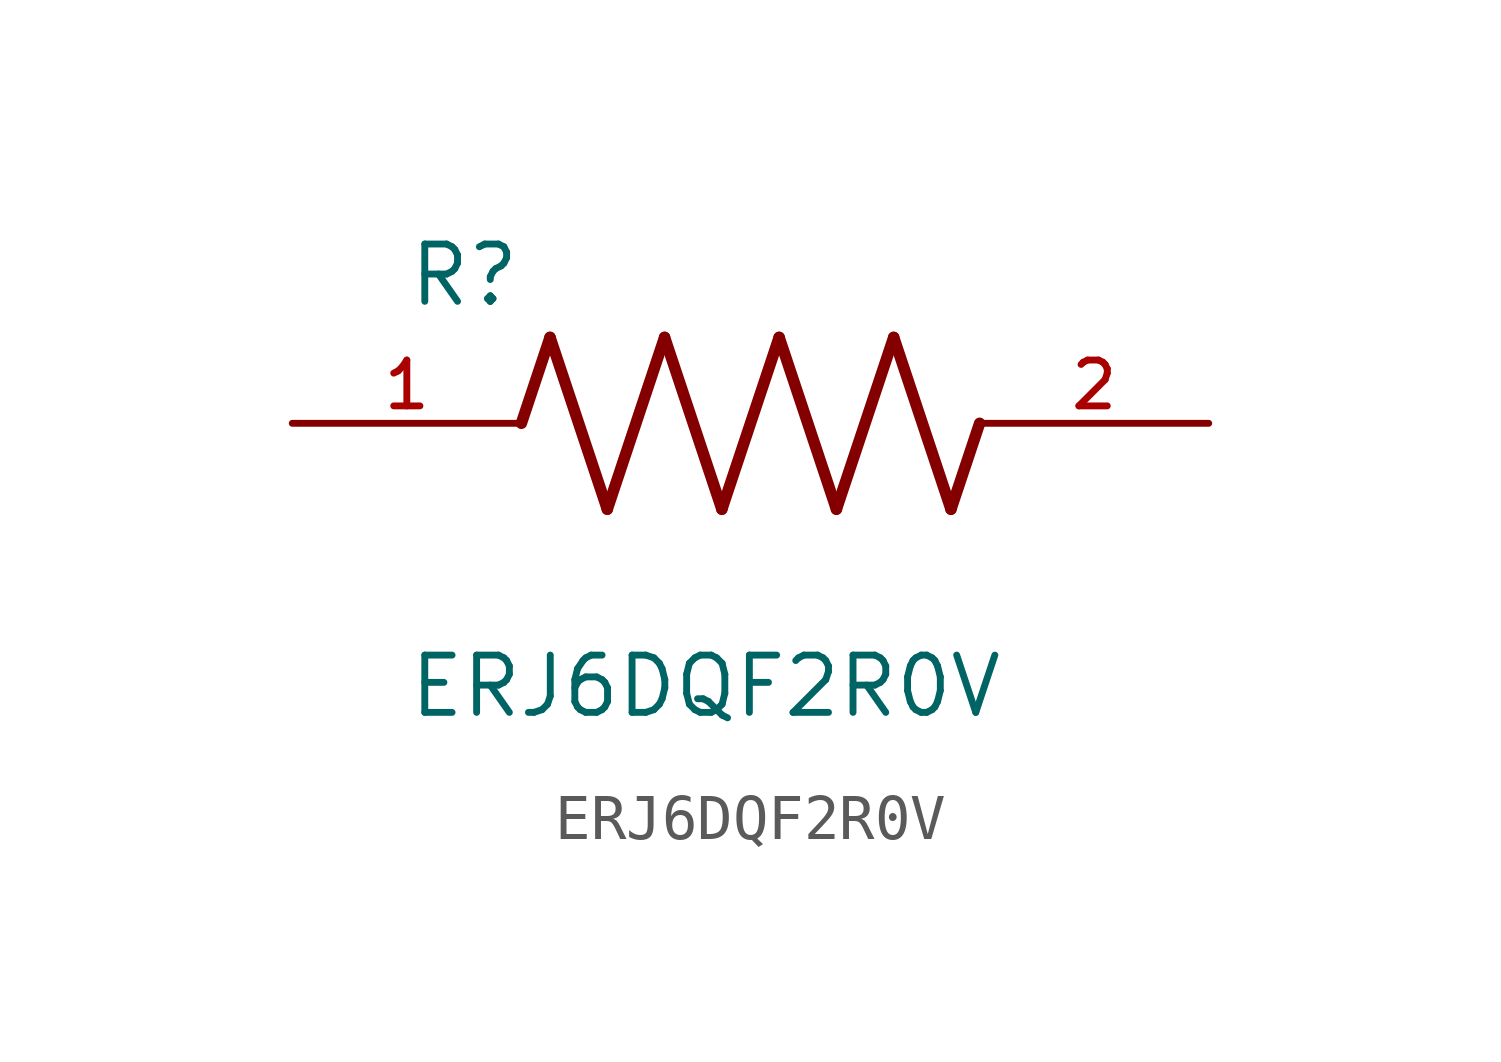
<source format=kicad_sym>
(kicad_symbol_lib
  (version 20211014)
  (generator kicad_symbol_editor)
  (symbol "ERJ6DQF2R0V"
    (pin_names
      (offset 1.016))
    (property "Reference" "R"
      (at -7.624 2.541 0)
      (effects (font (size 1.27 1.27)) (justify bottom left)))
    (property "Value" "ERJ6DQF2R0V"
      (at -7.624 -5.087 0)
      (effects (font (size 1.27 1.27)) (justify top left)))
    (symbol "ERJ6DQF2R0V_0_0"
      (polyline (pts (xy -5.08 0.0) (xy -4.445 1.905)) (stroke (width 0.254)))
      (polyline (pts (xy -4.445 1.905) (xy -3.175 -1.905)) (stroke (width 0.254)))
      (polyline (pts (xy -3.175 -1.905) (xy -1.905 1.905)) (stroke (width 0.254)))
      (polyline (pts (xy -1.905 1.905) (xy -0.635 -1.905)) (stroke (width 0.254)))
      (polyline (pts (xy -0.635 -1.905) (xy 0.635 1.905)) (stroke (width 0.254)))
      (polyline (pts (xy 0.635 1.905) (xy 1.905 -1.905)) (stroke (width 0.254)))
      (polyline (pts (xy 1.905 -1.905) (xy 3.175 1.905)) (stroke (width 0.254)))
      (polyline (pts (xy 3.175 1.905) (xy 4.445 -1.905)) (stroke (width 0.254)))
      (polyline (pts (xy 4.445 -1.905) (xy 5.08 0.0)) (stroke (width 0.254)))
      (pin passive line (at -10.16 0.0 0) (length 5.08) (name "~" (effects (font (size 1.016 1.016)))) (number "1" (effects (font (size 1.016 1.016)))))
      (pin passive line (at 10.16 0.0 180.0) (length 5.08) (name "~" (effects (font (size 1.016 1.016)))) (number "2" (effects (font (size 1.016 1.016))))))))
</source>
